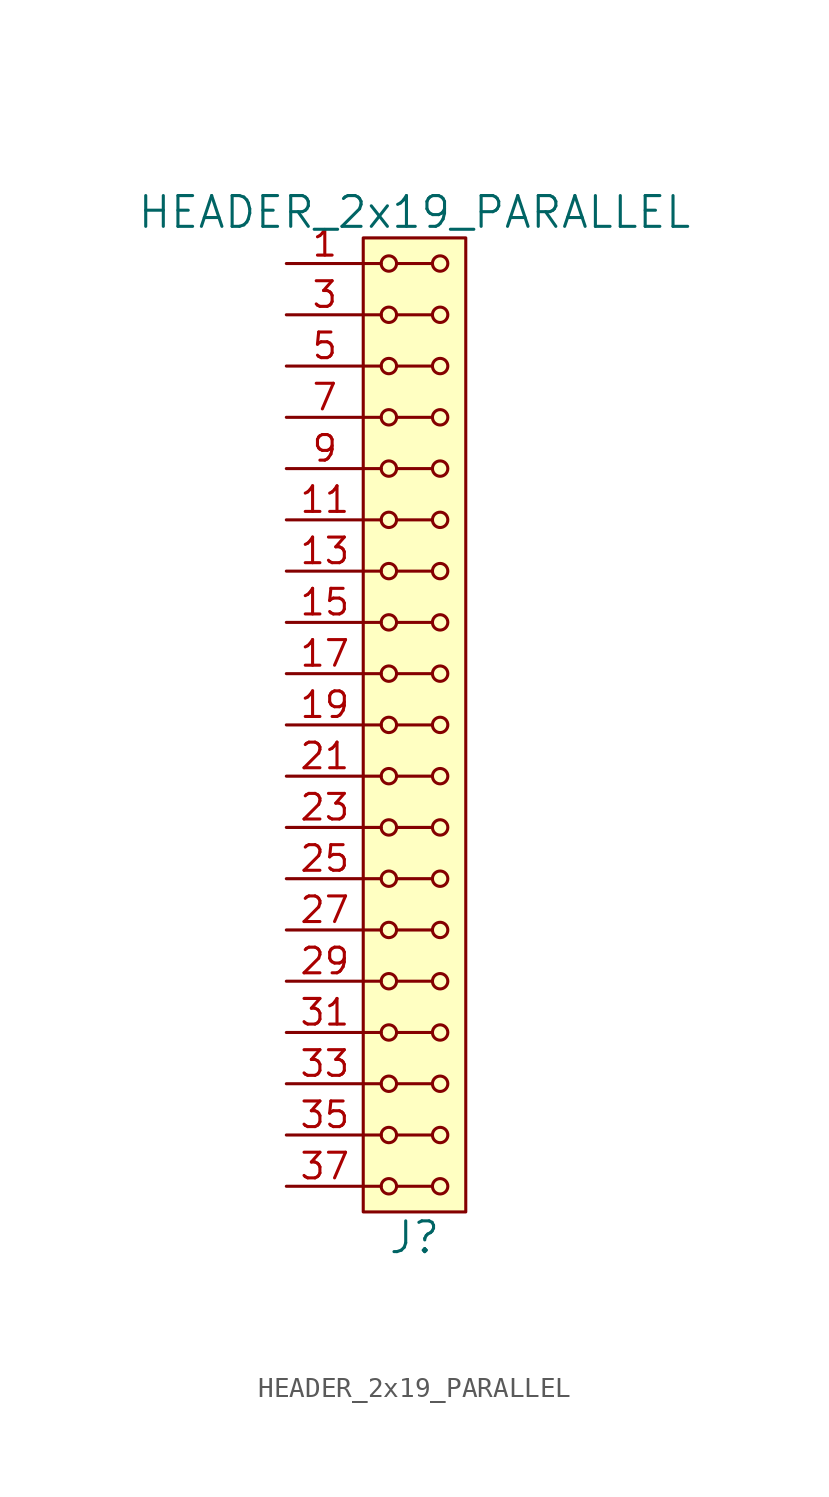
<source format=kicad_sym>
(kicad_symbol_lib
  (version 20211014)
  (generator kicad_symbol_editor)
  (symbol "HEADER_2x19_PARALLEL"
    (pin_names
      (offset 1.016))
    (property "Reference" "J"
      (at 0 -25.4 0)
      (effects (font (size 1.524 1.524))))
    (property "Value" "HEADER_2x19_PARALLEL"
      (at 0 25.4 0)
      (effects (font (size 1.524 1.524))))
    (property "Footprint" ""
      (at 0 22.86 0)
      (effects (font (size 1.524 1.524))))
    (property "Datasheet" ""
      (at 0 22.86 0)
      (effects (font (size 1.524 1.524))))
    (symbol "HEADER_2x19_PARALLEL_0_1"
      (rectangle (start -2.54 24.13) (end 2.54 -24.13) (stroke (width 0) (type default) (color 0 0 0 0)) (fill (type background)))
      (circle (center -1.27 -22.86) (radius 0.381) (stroke (width 0) (type default) (color 0 0 0 0)) (fill (type none)))
      (circle (center -1.27 -20.32) (radius 0.381) (stroke (width 0) (type default) (color 0 0 0 0)) (fill (type none)))
      (circle (center -1.27 -17.78) (radius 0.381) (stroke (width 0) (type default) (color 0 0 0 0)) (fill (type none)))
      (circle (center -1.27 -15.24) (radius 0.381) (stroke (width 0) (type default) (color 0 0 0 0)) (fill (type none)))
      (circle (center -1.27 -12.7) (radius 0.381) (stroke (width 0) (type default) (color 0 0 0 0)) (fill (type none)))
      (circle (center -1.27 -10.16) (radius 0.381) (stroke (width 0) (type default) (color 0 0 0 0)) (fill (type none)))
      (circle (center -1.27 -7.62) (radius 0.381) (stroke (width 0) (type default) (color 0 0 0 0)) (fill (type none)))
      (circle (center -1.27 -5.08) (radius 0.381) (stroke (width 0) (type default) (color 0 0 0 0)) (fill (type none)))
      (circle (center -1.27 -2.54) (radius 0.381) (stroke (width 0) (type default) (color 0 0 0 0)) (fill (type none)))
      (circle (center -1.27 0) (radius 0.381) (stroke (width 0) (type default) (color 0 0 0 0)) (fill (type none)))
      (circle (center -1.27 2.54) (radius 0.381) (stroke (width 0) (type default) (color 0 0 0 0)) (fill (type none)))
      (circle (center -1.27 5.08) (radius 0.381) (stroke (width 0) (type default) (color 0 0 0 0)) (fill (type none)))
      (circle (center -1.27 7.62) (radius 0.381) (stroke (width 0) (type default) (color 0 0 0 0)) (fill (type none)))
      (circle (center -1.27 10.16) (radius 0.381) (stroke (width 0) (type default) (color 0 0 0 0)) (fill (type none)))
      (circle (center -1.27 12.7) (radius 0.381) (stroke (width 0) (type default) (color 0 0 0 0)) (fill (type none)))
      (circle (center -1.27 15.24) (radius 0.381) (stroke (width 0) (type default) (color 0 0 0 0)) (fill (type none)))
      (circle (center -1.27 17.78) (radius 0.381) (stroke (width 0) (type default) (color 0 0 0 0)) (fill (type none)))
      (circle (center -1.27 20.32) (radius 0.381) (stroke (width 0) (type default) (color 0 0 0 0)) (fill (type none)))
      (circle (center -1.27 22.86) (radius 0.381) (stroke (width 0) (type default) (color 0 0 0 0)) (fill (type none)))
      (polyline (pts (xy -1.651 -22.86) (xy -2.54 -22.86)) (stroke (width 0) (type default) (color 0 0 0 0)) (fill (type none)))
      (polyline (pts (xy -1.651 -20.32) (xy -2.54 -20.32)) (stroke (width 0) (type default) (color 0 0 0 0)) (fill (type none)))
      (polyline (pts (xy -1.651 -17.78) (xy -2.54 -17.78)) (stroke (width 0) (type default) (color 0 0 0 0)) (fill (type none)))
      (polyline (pts (xy -1.651 -15.24) (xy -2.54 -15.24)) (stroke (width 0) (type default) (color 0 0 0 0)) (fill (type none)))
      (polyline (pts (xy -1.651 -12.7) (xy -2.54 -12.7)) (stroke (width 0) (type default) (color 0 0 0 0)) (fill (type none)))
      (polyline (pts (xy -1.651 -10.16) (xy -2.54 -10.16)) (stroke (width 0) (type default) (color 0 0 0 0)) (fill (type none)))
      (polyline (pts (xy -1.651 -7.62) (xy -2.54 -7.62)) (stroke (width 0) (type default) (color 0 0 0 0)) (fill (type none)))
      (polyline (pts (xy -1.651 -5.08) (xy -2.54 -5.08)) (stroke (width 0) (type default) (color 0 0 0 0)) (fill (type none)))
      (polyline (pts (xy -1.651 -2.54) (xy -2.54 -2.54)) (stroke (width 0) (type default) (color 0 0 0 0)) (fill (type none)))
      (polyline (pts (xy -1.651 0) (xy -2.54 0)) (stroke (width 0) (type default) (color 0 0 0 0)) (fill (type none)))
      (polyline (pts (xy -1.651 2.54) (xy -2.54 2.54)) (stroke (width 0) (type default) (color 0 0 0 0)) (fill (type none)))
      (polyline (pts (xy -1.651 5.08) (xy -2.54 5.08)) (stroke (width 0) (type default) (color 0 0 0 0)) (fill (type none)))
      (polyline (pts (xy -1.651 7.62) (xy -2.54 7.62)) (stroke (width 0) (type default) (color 0 0 0 0)) (fill (type none)))
      (polyline (pts (xy -1.651 10.16) (xy -2.54 10.16)) (stroke (width 0) (type default) (color 0 0 0 0)) (fill (type none)))
      (polyline (pts (xy -1.651 12.7) (xy -2.54 12.7)) (stroke (width 0) (type default) (color 0 0 0 0)) (fill (type none)))
      (polyline (pts (xy -1.651 15.24) (xy -2.54 15.24)) (stroke (width 0) (type default) (color 0 0 0 0)) (fill (type none)))
      (polyline (pts (xy -1.651 17.78) (xy -2.54 17.78)) (stroke (width 0) (type default) (color 0 0 0 0)) (fill (type none)))
      (polyline (pts (xy -1.651 20.32) (xy -2.54 20.32)) (stroke (width 0) (type default) (color 0 0 0 0)) (fill (type none)))
      (polyline (pts (xy -1.651 22.86) (xy -2.54 22.86)) (stroke (width 0) (type default) (color 0 0 0 0)) (fill (type none)))
      (polyline (pts (xy -0.889 -22.86) (xy 0.889 -22.86)) (stroke (width 0) (type default) (color 0 0 0 0)) (fill (type none)))
      (polyline (pts (xy -0.889 -20.32) (xy 0.889 -20.32)) (stroke (width 0) (type default) (color 0 0 0 0)) (fill (type none)))
      (polyline (pts (xy -0.889 -17.78) (xy 0.889 -17.78)) (stroke (width 0) (type default) (color 0 0 0 0)) (fill (type none)))
      (polyline (pts (xy -0.889 -15.24) (xy 0.889 -15.24)) (stroke (width 0) (type default) (color 0 0 0 0)) (fill (type none)))
      (polyline (pts (xy -0.889 -12.7) (xy 0.889 -12.7)) (stroke (width 0) (type default) (color 0 0 0 0)) (fill (type none)))
      (polyline (pts (xy -0.889 -10.16) (xy 0.889 -10.16)) (stroke (width 0) (type default) (color 0 0 0 0)) (fill (type none)))
      (polyline (pts (xy -0.889 -7.62) (xy 0.889 -7.62)) (stroke (width 0) (type default) (color 0 0 0 0)) (fill (type none)))
      (polyline (pts (xy -0.889 -5.08) (xy 0.889 -5.08)) (stroke (width 0) (type default) (color 0 0 0 0)) (fill (type none)))
      (polyline (pts (xy -0.889 -2.54) (xy 0.889 -2.54)) (stroke (width 0) (type default) (color 0 0 0 0)) (fill (type none)))
      (polyline (pts (xy -0.889 0) (xy 0.889 0)) (stroke (width 0) (type default) (color 0 0 0 0)) (fill (type none)))
      (polyline (pts (xy -0.889 2.54) (xy 0.889 2.54)) (stroke (width 0) (type default) (color 0 0 0 0)) (fill (type none)))
      (polyline (pts (xy -0.889 5.08) (xy 0.889 5.08)) (stroke (width 0) (type default) (color 0 0 0 0)) (fill (type none)))
      (polyline (pts (xy -0.889 7.62) (xy 0.889 7.62)) (stroke (width 0) (type default) (color 0 0 0 0)) (fill (type none)))
      (polyline (pts (xy -0.889 10.16) (xy 0.889 10.16)) (stroke (width 0) (type default) (color 0 0 0 0)) (fill (type none)))
      (polyline (pts (xy -0.889 12.7) (xy 0.889 12.7)) (stroke (width 0) (type default) (color 0 0 0 0)) (fill (type none)))
      (polyline (pts (xy -0.889 15.24) (xy 0.889 15.24)) (stroke (width 0) (type default) (color 0 0 0 0)) (fill (type none)))
      (polyline (pts (xy -0.889 17.78) (xy 0.889 17.78)) (stroke (width 0) (type default) (color 0 0 0 0)) (fill (type none)))
      (polyline (pts (xy -0.889 20.32) (xy 0.889 20.32)) (stroke (width 0) (type default) (color 0 0 0 0)) (fill (type none)))
      (polyline (pts (xy -0.889 22.86) (xy 0.889 22.86)) (stroke (width 0) (type default) (color 0 0 0 0)) (fill (type none)))
      (circle (center 1.27 -22.86) (radius 0.381) (stroke (width 0) (type default) (color 0 0 0 0)) (fill (type none)))
      (circle (center 1.27 -20.32) (radius 0.381) (stroke (width 0) (type default) (color 0 0 0 0)) (fill (type none)))
      (circle (center 1.27 -17.78) (radius 0.381) (stroke (width 0) (type default) (color 0 0 0 0)) (fill (type none)))
      (circle (center 1.27 -15.24) (radius 0.381) (stroke (width 0) (type default) (color 0 0 0 0)) (fill (type none)))
      (circle (center 1.27 -12.7) (radius 0.381) (stroke (width 0) (type default) (color 0 0 0 0)) (fill (type none)))
      (circle (center 1.27 -10.16) (radius 0.381) (stroke (width 0) (type default) (color 0 0 0 0)) (fill (type none)))
      (circle (center 1.27 -7.62) (radius 0.381) (stroke (width 0) (type default) (color 0 0 0 0)) (fill (type none)))
      (circle (center 1.27 -5.08) (radius 0.381) (stroke (width 0) (type default) (color 0 0 0 0)) (fill (type none)))
      (circle (center 1.27 -2.54) (radius 0.381) (stroke (width 0) (type default) (color 0 0 0 0)) (fill (type none)))
      (circle (center 1.27 0) (radius 0.381) (stroke (width 0) (type default) (color 0 0 0 0)) (fill (type none)))
      (circle (center 1.27 2.54) (radius 0.381) (stroke (width 0) (type default) (color 0 0 0 0)) (fill (type none)))
      (circle (center 1.27 5.08) (radius 0.381) (stroke (width 0) (type default) (color 0 0 0 0)) (fill (type none)))
      (circle (center 1.27 7.62) (radius 0.381) (stroke (width 0) (type default) (color 0 0 0 0)) (fill (type none)))
      (circle (center 1.27 10.16) (radius 0.381) (stroke (width 0) (type default) (color 0 0 0 0)) (fill (type none)))
      (circle (center 1.27 12.7) (radius 0.381) (stroke (width 0) (type default) (color 0 0 0 0)) (fill (type none)))
      (circle (center 1.27 15.24) (radius 0.381) (stroke (width 0) (type default) (color 0 0 0 0)) (fill (type none)))
      (circle (center 1.27 17.78) (radius 0.381) (stroke (width 0) (type default) (color 0 0 0 0)) (fill (type none)))
      (circle (center 1.27 20.32) (radius 0.381) (stroke (width 0) (type default) (color 0 0 0 0)) (fill (type none)))
      (circle (center 1.27 22.86) (radius 0.381) (stroke (width 0) (type default) (color 0 0 0 0)) (fill (type none))))
    (symbol "HEADER_2x19_PARALLEL_1_1"
      (pin input line (at -6.35 22.86 0) (length 3.81) (name "~" (effects (font (size 1.27 1.27)))) (number "1" (effects (font (size 1.27 1.27)))))
      (pin input line (at -6.35 12.7 0) (length 3.81) hide (name "~" (effects (font (size 1.27 1.27)))) (number "10" (effects (font (size 1.27 1.27)))))
      (pin input line (at -6.35 10.16 0) (length 3.81) (name "~" (effects (font (size 1.27 1.27)))) (number "11" (effects (font (size 1.27 1.27)))))
      (pin input line (at -6.35 10.16 0) (length 3.81) hide (name "~" (effects (font (size 1.27 1.27)))) (number "12" (effects (font (size 1.27 1.27)))))
      (pin input line (at -6.35 7.62 0) (length 3.81) (name "~" (effects (font (size 1.27 1.27)))) (number "13" (effects (font (size 1.27 1.27)))))
      (pin input line (at -6.35 7.62 0) (length 3.81) hide (name "~" (effects (font (size 1.27 1.27)))) (number "14" (effects (font (size 1.27 1.27)))))
      (pin input line (at -6.35 5.08 0) (length 3.81) (name "~" (effects (font (size 1.27 1.27)))) (number "15" (effects (font (size 1.27 1.27)))))
      (pin input line (at -6.35 5.08 0) (length 3.81) hide (name "~" (effects (font (size 1.27 1.27)))) (number "16" (effects (font (size 1.27 1.27)))))
      (pin input line (at -6.35 2.54 0) (length 3.81) (name "~" (effects (font (size 1.27 1.27)))) (number "17" (effects (font (size 1.27 1.27)))))
      (pin input line (at -6.35 2.54 0) (length 3.81) hide (name "~" (effects (font (size 1.27 1.27)))) (number "18" (effects (font (size 1.27 1.27)))))
      (pin input line (at -6.35 0 0) (length 3.81) (name "~" (effects (font (size 1.27 1.27)))) (number "19" (effects (font (size 1.27 1.27)))))
      (pin input line (at -6.35 22.86 0) (length 3.81) hide (name "~" (effects (font (size 1.27 1.27)))) (number "2" (effects (font (size 1.27 1.27)))))
      (pin input line (at -6.35 0 0) (length 3.81) hide (name "~" (effects (font (size 1.27 1.27)))) (number "20" (effects (font (size 1.27 1.27)))))
      (pin input line (at -6.35 -2.54 0) (length 3.81) (name "~" (effects (font (size 1.27 1.27)))) (number "21" (effects (font (size 1.27 1.27)))))
      (pin input line (at -6.35 -2.54 0) (length 3.81) hide (name "~" (effects (font (size 1.27 1.27)))) (number "22" (effects (font (size 1.27 1.27)))))
      (pin input line (at -6.35 -5.08 0) (length 3.81) (name "~" (effects (font (size 1.27 1.27)))) (number "23" (effects (font (size 1.27 1.27)))))
      (pin input line (at -6.35 -5.08 0) (length 3.81) hide (name "~" (effects (font (size 1.27 1.27)))) (number "24" (effects (font (size 1.27 1.27)))))
      (pin input line (at -6.35 -7.62 0) (length 3.81) (name "~" (effects (font (size 1.27 1.27)))) (number "25" (effects (font (size 1.27 1.27)))))
      (pin input line (at -6.35 -7.62 0) (length 3.81) hide (name "~" (effects (font (size 1.27 1.27)))) (number "26" (effects (font (size 1.27 1.27)))))
      (pin input line (at -6.35 -10.16 0) (length 3.81) (name "~" (effects (font (size 1.27 1.27)))) (number "27" (effects (font (size 1.27 1.27)))))
      (pin input line (at -6.35 -10.16 0) (length 3.81) hide (name "~" (effects (font (size 1.27 1.27)))) (number "28" (effects (font (size 1.27 1.27)))))
      (pin input line (at -6.35 -12.7 0) (length 3.81) (name "~" (effects (font (size 1.27 1.27)))) (number "29" (effects (font (size 1.27 1.27)))))
      (pin input line (at -6.35 20.32 0) (length 3.81) (name "~" (effects (font (size 1.27 1.27)))) (number "3" (effects (font (size 1.27 1.27)))))
      (pin input line (at -6.35 -12.7 0) (length 3.81) hide (name "~" (effects (font (size 1.27 1.27)))) (number "30" (effects (font (size 1.27 1.27)))))
      (pin input line (at -6.35 -15.24 0) (length 3.81) (name "~" (effects (font (size 1.27 1.27)))) (number "31" (effects (font (size 1.27 1.27)))))
      (pin input line (at -6.35 -15.24 0) (length 3.81) hide (name "~" (effects (font (size 1.27 1.27)))) (number "32" (effects (font (size 1.27 1.27)))))
      (pin input line (at -6.35 -17.78 0) (length 3.81) (name "~" (effects (font (size 1.27 1.27)))) (number "33" (effects (font (size 1.27 1.27)))))
      (pin input line (at -6.35 -17.78 0) (length 3.81) hide (name "~" (effects (font (size 1.27 1.27)))) (number "34" (effects (font (size 1.27 1.27)))))
      (pin input line (at -6.35 -20.32 0) (length 3.81) (name "~" (effects (font (size 1.27 1.27)))) (number "35" (effects (font (size 1.27 1.27)))))
      (pin input line (at -6.35 -20.32 0) (length 3.81) hide (name "~" (effects (font (size 1.27 1.27)))) (number "36" (effects (font (size 1.27 1.27)))))
      (pin input line (at -6.35 -22.86 0) (length 3.81) (name "~" (effects (font (size 1.27 1.27)))) (number "37" (effects (font (size 1.27 1.27)))))
      (pin input line (at -6.35 -22.86 0) (length 3.81) hide (name "~" (effects (font (size 1.27 1.27)))) (number "38" (effects (font (size 1.27 1.27)))))
      (pin input line (at -6.35 20.32 0) (length 3.81) hide (name "~" (effects (font (size 1.27 1.27)))) (number "4" (effects (font (size 1.27 1.27)))))
      (pin input line (at -6.35 17.78 0) (length 3.81) (name "~" (effects (font (size 1.27 1.27)))) (number "5" (effects (font (size 1.27 1.27)))))
      (pin input line (at -6.35 17.78 0) (length 3.81) hide (name "~" (effects (font (size 1.27 1.27)))) (number "6" (effects (font (size 1.27 1.27)))))
      (pin input line (at -6.35 15.24 0) (length 3.81) (name "~" (effects (font (size 1.27 1.27)))) (number "7" (effects (font (size 1.27 1.27)))))
      (pin input line (at -6.35 15.24 0) (length 3.81) hide (name "~" (effects (font (size 1.27 1.27)))) (number "8" (effects (font (size 1.27 1.27)))))
      (pin input line (at -6.35 12.7 0) (length 3.81) (name "~" (effects (font (size 1.27 1.27)))) (number "9" (effects (font (size 1.27 1.27))))))))
</source>
